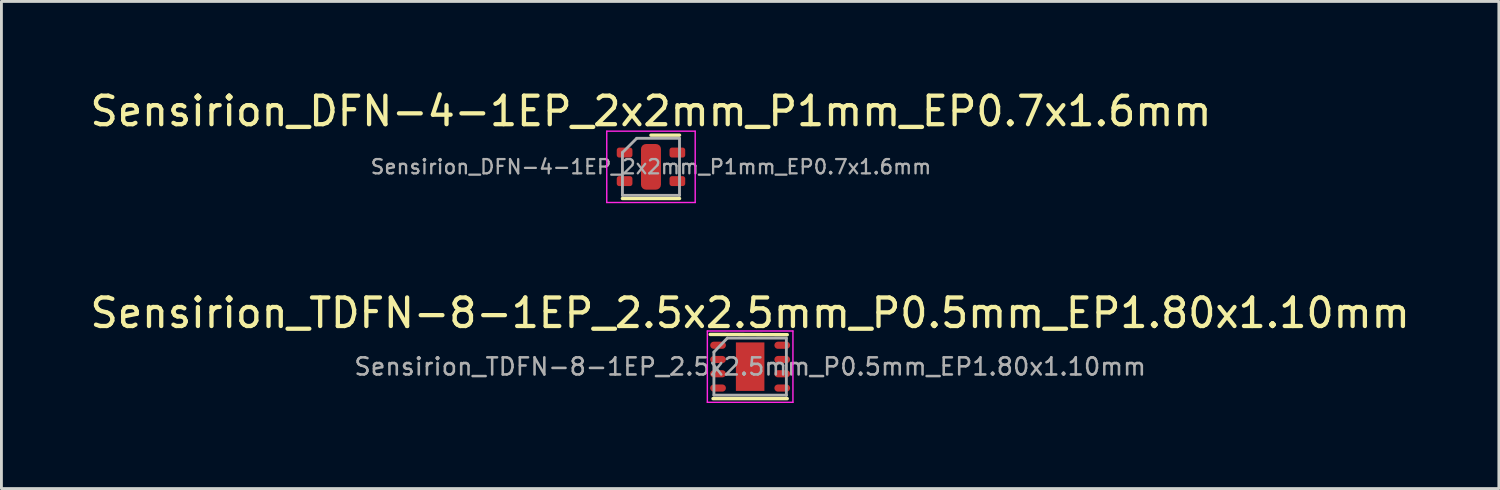
<source format=kicad_pcb>
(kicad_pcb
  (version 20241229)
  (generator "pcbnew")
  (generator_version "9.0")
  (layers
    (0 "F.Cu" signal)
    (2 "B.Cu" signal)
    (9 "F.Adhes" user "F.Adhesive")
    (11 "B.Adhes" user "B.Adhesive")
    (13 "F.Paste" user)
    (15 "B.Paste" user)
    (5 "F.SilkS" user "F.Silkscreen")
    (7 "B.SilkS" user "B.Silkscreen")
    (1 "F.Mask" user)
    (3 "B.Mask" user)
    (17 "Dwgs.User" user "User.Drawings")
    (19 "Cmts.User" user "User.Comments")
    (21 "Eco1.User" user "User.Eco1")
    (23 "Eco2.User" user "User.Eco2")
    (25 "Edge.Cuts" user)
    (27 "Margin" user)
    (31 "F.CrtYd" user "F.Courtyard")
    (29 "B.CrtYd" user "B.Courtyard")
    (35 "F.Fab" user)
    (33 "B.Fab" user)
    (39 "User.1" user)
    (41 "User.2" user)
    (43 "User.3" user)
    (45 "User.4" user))
  (footprint "Sensirion_TDFN-8-1EP_2.5x2.5mm_P0.5mm_EP1.80x1.10mm"
    (layer "F.Cu")
    (at 23.244 9.802)
    (property "Reference" "Sensirion_TDFN-8-1EP_2.5x2.5mm_P0.5mm_EP1.80x1.10mm" (at 0 -1.88 0) (layer "F.SilkS") (effects (font (size 1 1) (thickness 0.15))))
    (attr smd)
    (fp_line (start -1.4 -1.13) (end 1.3 -1.12) (stroke (width 0.12) (type solid)) (layer "F.SilkS"))
    (fp_line (start -1.3 1.12) (end 1.3 1.12) (stroke (width 0.12) (type solid)) (layer "F.SilkS"))
    (fp_line (start -1.5 -1.25) (end -1.5 1.25) (stroke (width 0.05) (type solid)) (layer "F.CrtYd"))
    (fp_line (start -1.5 1.25) (end 1.5 1.25) (stroke (width 0.05) (type solid)) (layer "F.CrtYd"))
    (fp_line (start 1.5 -1.25) (end -1.5 -1.25) (stroke (width 0.05) (type solid)) (layer "F.CrtYd"))
    (fp_line (start 1.5 1.25) (end 1.5 -1.25) (stroke (width 0.05) (type solid)) (layer "F.CrtYd"))
    (fp_line (start -1.27 -0.51) (end -1.27 0.991) (stroke (width 0.1) (type solid)) (layer "F.Fab"))
    (fp_line (start -1.27 1) (end 1.27 1) (stroke (width 0.1) (type solid)) (layer "F.Fab"))
    (fp_line (start -0.8 -1) (end -1.27 -0.51) (stroke (width 0.1) (type solid)) (layer "F.Fab"))
    (fp_line (start 1.27 -1) (end -0.8 -1) (stroke (width 0.1) (type solid)) (layer "F.Fab"))
    (fp_line (start 1.27 1.003) (end 1.27 -0.997) (stroke (width 0.1) (type solid)) (layer "F.Fab"))
    (fp_text user "${REFERENCE}" (at 0 0 0) (layer "F.Fab") (effects (font (size 0.6 0.6) (thickness 0.09))))
    (pad "" smd rect (at 0 -0.5) (size 0.7 0.65) (layers "F.Paste"))
    (pad "" smd rect (at 0 0.5) (size 0.7 0.65) (layers "F.Paste"))
    (pad "1" smd oval (at -1.175 -0.75) (size 0.55 0.25) (drill (offset 0.05 0)) (layers "F.Cu" "F.Mask" "F.Paste"))
    (pad "2" smd oval (at -1.175 -0.25) (size 0.55 0.25) (drill (offset 0.05 0)) (layers "F.Cu" "F.Mask" "F.Paste"))
    (pad "3" smd oval (at -1.175 0.25) (size 0.55 0.25) (drill (offset 0.05 0)) (layers "F.Cu" "F.Mask" "F.Paste"))
    (pad "4" smd oval (at -1.175 0.75) (size 0.55 0.25) (drill (offset 0.05 0)) (layers "F.Cu" "F.Mask" "F.Paste"))
    (pad "5" smd oval (at 1.175 0.75) (size 0.55 0.25) (drill (offset -0.05 0)) (layers "F.Cu" "F.Mask" "F.Paste"))
    (pad "6" smd oval (at 1.175 0.25) (size 0.55 0.25) (drill (offset -0.05 0)) (layers "F.Cu" "F.Mask" "F.Paste"))
    (pad "7" smd oval (at 1.175 -0.25) (size 0.55 0.25) (drill (offset -0.05 0)) (layers "F.Cu" "F.Mask" "F.Paste"))
    (pad "8" smd oval (at 1.175 -0.75) (size 0.55 0.25) (drill (offset -0.05 0)) (layers "F.Cu" "F.Mask" "F.Paste"))
    (pad "9" smd rect (at 0 0) (size 1 1.7) (layers "F.Cu" "F.Mask")))
  (footprint "Sensirion_DFN-4-1EP_2x2mm_P1mm_EP0.7x1.6mm"
    (layer "F.Cu")
    (at 19.768 2.798)
    (property "Reference" "Sensirion_DFN-4-1EP_2x2mm_P1mm_EP0.7x1.6mm" (at 0 -1.95 0) (layer "F.SilkS") (effects (font (size 1 1) (thickness 0.15))))
    (attr smd)
    (fp_line (start -1 1.11) (end 1 1.11) (stroke (width 0.12) (type solid)) (layer "F.SilkS"))
    (fp_line (start 0 -1.11) (end 1 -1.11) (stroke (width 0.12) (type solid)) (layer "F.SilkS"))
    (fp_line (start -1.55 -1.25) (end -1.55 1.25) (stroke (width 0.05) (type solid)) (layer "F.CrtYd"))
    (fp_line (start -1.55 1.25) (end 1.55 1.25) (stroke (width 0.05) (type solid)) (layer "F.CrtYd"))
    (fp_line (start 1.55 -1.25) (end -1.55 -1.25) (stroke (width 0.05) (type solid)) (layer "F.CrtYd"))
    (fp_line (start 1.55 1.25) (end 1.55 -1.25) (stroke (width 0.05) (type solid)) (layer "F.CrtYd"))
    (fp_line (start -1 -0.5) (end -0.5 -1) (stroke (width 0.1) (type solid)) (layer "F.Fab"))
    (fp_line (start -1 1) (end -1 -0.5) (stroke (width 0.1) (type solid)) (layer "F.Fab"))
    (fp_line (start -0.5 -1) (end 1 -1) (stroke (width 0.1) (type solid)) (layer "F.Fab"))
    (fp_line (start 1 -1) (end 1 1) (stroke (width 0.1) (type solid)) (layer "F.Fab"))
    (fp_line (start 1 1) (end -1 1) (stroke (width 0.1) (type solid)) (layer "F.Fab"))
    (fp_text user "${REFERENCE}" (at 0 0 0) (layer "F.Fab") (effects (font (size 0.5 0.5) (thickness 0.08))))
    (pad "" smd roundrect (at -1.025 -0.5) (size 0.55 0.35) (layers "F.Paste") (roundrect_rratio 0.25))
    (pad "" smd roundrect (at -1.025 0.5) (size 0.55 0.35) (layers "F.Paste") (roundrect_rratio 0.25))
    (pad "" smd roundrect (at 0 0) (size 0.5 1.4) (layers "F.Paste") (roundrect_rratio 0.25))
    (pad "" smd roundrect (at 1.025 -0.5 180) (size 0.55 0.35) (layers "F.Paste") (roundrect_rratio 0.25))
    (pad "" smd roundrect (at 1.025 0.5 180) (size 0.55 0.35) (layers "F.Paste") (roundrect_rratio 0.25))
    (pad "1" smd roundrect (at -0.925 -0.5) (size 0.55 0.35) (layers "F.Cu" "F.Mask") (roundrect_rratio 0.25))
    (pad "2" smd roundrect (at -0.925 0.5) (size 0.55 0.35) (layers "F.Cu" "F.Mask") (roundrect_rratio 0.25))
    (pad "3" smd roundrect (at 0.925 0.5) (size 0.55 0.35) (layers "F.Cu" "F.Mask") (roundrect_rratio 0.25))
    (pad "4" smd roundrect (at 0.925 -0.5) (size 0.55 0.35) (layers "F.Cu" "F.Mask") (roundrect_rratio 0.25))
    (pad "5" smd roundrect (at 0 0) (size 0.7 1.6) (layers "F.Cu" "F.Mask") (roundrect_rratio 0.25)))
  (gr_rect
    (start -3 -3)
    (end 49.488 14.076)
    (stroke (width 0.1) (type default))
    (fill no)
    (layer "Edge.Cuts")))
</source>
